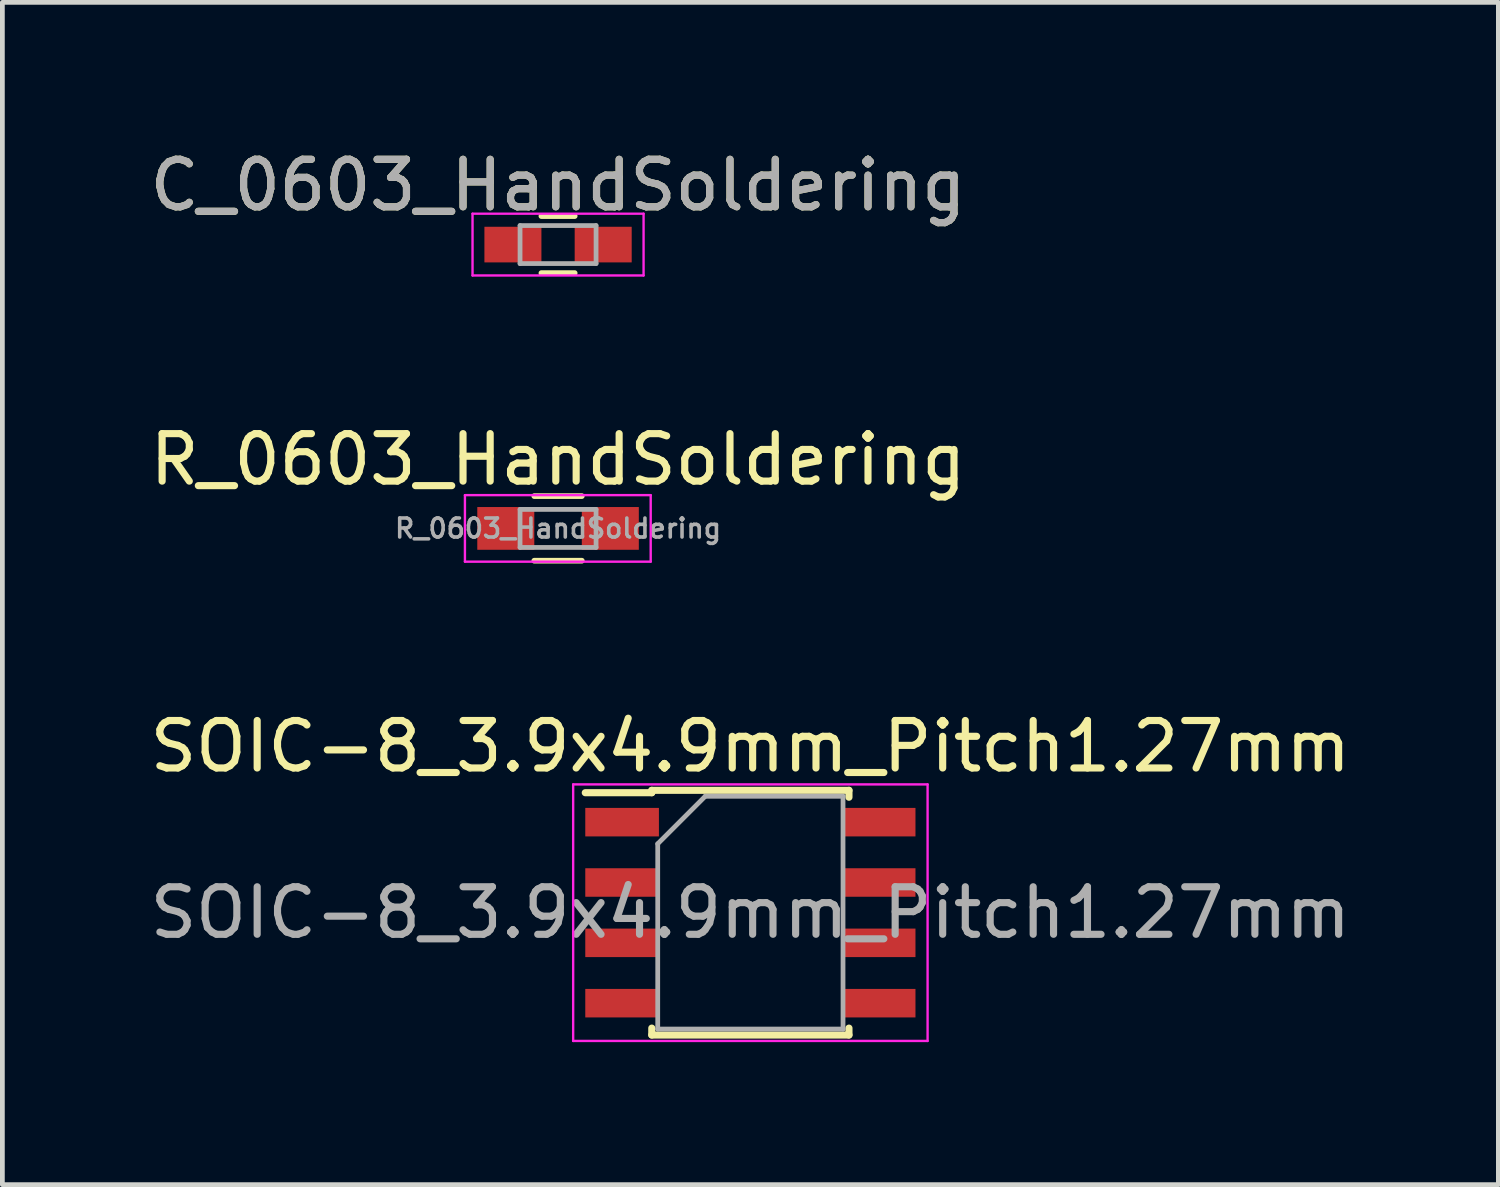
<source format=kicad_pcb>
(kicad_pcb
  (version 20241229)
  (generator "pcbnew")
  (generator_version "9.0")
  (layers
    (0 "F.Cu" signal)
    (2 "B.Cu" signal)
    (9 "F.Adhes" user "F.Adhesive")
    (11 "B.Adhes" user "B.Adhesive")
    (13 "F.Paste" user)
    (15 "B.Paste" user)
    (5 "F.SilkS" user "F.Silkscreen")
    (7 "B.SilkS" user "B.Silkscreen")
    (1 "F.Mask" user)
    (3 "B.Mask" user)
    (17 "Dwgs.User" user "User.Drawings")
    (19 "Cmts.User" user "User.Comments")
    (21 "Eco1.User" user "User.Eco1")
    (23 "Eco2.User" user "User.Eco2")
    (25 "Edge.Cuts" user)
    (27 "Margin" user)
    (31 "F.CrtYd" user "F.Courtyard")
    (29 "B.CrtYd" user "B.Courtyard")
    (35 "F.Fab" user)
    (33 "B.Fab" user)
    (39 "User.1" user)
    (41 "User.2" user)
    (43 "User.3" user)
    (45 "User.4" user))
  (footprint "R_0603_HandSoldering"
    (layer "F.Cu")
    (at 8.696 8.072)
    (property "Reference" "R_0603_HandSoldering" (at 0 -1.45 0) (layer "F.SilkS") (effects (font (size 1 1) (thickness 0.15))))
    (attr smd)
    (fp_line (start -0.5 -0.68) (end 0.5 -0.68) (stroke (width 0.12) (type solid)) (layer "F.SilkS"))
    (fp_line (start 0.5 0.68) (end -0.5 0.68) (stroke (width 0.12) (type solid)) (layer "F.SilkS"))
    (fp_line (start -1.96 -0.7) (end -1.96 0.7) (stroke (width 0.05) (type solid)) (layer "F.CrtYd"))
    (fp_line (start -1.96 -0.7) (end 1.95 -0.7) (stroke (width 0.05) (type solid)) (layer "F.CrtYd"))
    (fp_line (start 1.95 0.7) (end -1.96 0.7) (stroke (width 0.05) (type solid)) (layer "F.CrtYd"))
    (fp_line (start 1.95 0.7) (end 1.95 -0.7) (stroke (width 0.05) (type solid)) (layer "F.CrtYd"))
    (fp_line (start -0.8 -0.4) (end 0.8 -0.4) (stroke (width 0.1) (type solid)) (layer "F.Fab"))
    (fp_line (start -0.8 0.4) (end -0.8 -0.4) (stroke (width 0.1) (type solid)) (layer "F.Fab"))
    (fp_line (start 0.8 -0.4) (end 0.8 0.4) (stroke (width 0.1) (type solid)) (layer "F.Fab"))
    (fp_line (start 0.8 0.4) (end -0.8 0.4) (stroke (width 0.1) (type solid)) (layer "F.Fab"))
    (fp_text user "${REFERENCE}" (at 0 0 0) (layer "F.Fab") (effects (font (size 0.4 0.4) (thickness 0.075))))
    (pad "1" smd rect (at -1.1 0) (size 1.2 0.9) (layers "F.Cu" "F.Mask" "F.Paste"))
    (pad "2" smd rect (at 1.1 0) (size 1.2 0.9) (layers "F.Cu" "F.Mask" "F.Paste")))
  (footprint "C_0603_HandSoldering"
    (layer "F.Cu")
    (at 8.696 2.098)
    (property "Reference" "C_0603_HandSoldering" (at 0 -1.25 0) (layer "F.SilkS") (effects (font (size 1 1) (thickness 0.15))))
    (attr smd)
    (fp_line (start -0.35 -0.6) (end 0.35 -0.6) (stroke (width 0.12) (type solid)) (layer "F.SilkS"))
    (fp_line (start 0.35 0.6) (end -0.35 0.6) (stroke (width 0.12) (type solid)) (layer "F.SilkS"))
    (fp_line (start -1.8 -0.65) (end -1.8 0.65) (stroke (width 0.05) (type solid)) (layer "F.CrtYd"))
    (fp_line (start -1.8 -0.65) (end 1.8 -0.65) (stroke (width 0.05) (type solid)) (layer "F.CrtYd"))
    (fp_line (start 1.8 0.65) (end -1.8 0.65) (stroke (width 0.05) (type solid)) (layer "F.CrtYd"))
    (fp_line (start 1.8 0.65) (end 1.8 -0.65) (stroke (width 0.05) (type solid)) (layer "F.CrtYd"))
    (fp_line (start -0.8 -0.4) (end 0.8 -0.4) (stroke (width 0.1) (type solid)) (layer "F.Fab"))
    (fp_line (start -0.8 0.4) (end -0.8 -0.4) (stroke (width 0.1) (type solid)) (layer "F.Fab"))
    (fp_line (start 0.8 -0.4) (end 0.8 0.4) (stroke (width 0.1) (type solid)) (layer "F.Fab"))
    (fp_line (start 0.8 0.4) (end -0.8 0.4) (stroke (width 0.1) (type solid)) (layer "F.Fab"))
    (fp_text user "${REFERENCE}" (at 0 -1.25 0) (layer "F.Fab") (effects (font (size 1 1) (thickness 0.15))))
    (pad "1" smd rect (at -0.95 0) (size 1.2 0.75) (layers "F.Cu" "F.Mask" "F.Paste"))
    (pad "2" smd rect (at 0.95 0) (size 1.2 0.75) (layers "F.Cu" "F.Mask" "F.Paste")))
  (footprint "SOIC-8_3.9x4.9mm_Pitch1.27mm"
    (layer "F.Cu")
    (at 12.744 16.16)
    (property "Reference" "SOIC-8_3.9x4.9mm_Pitch1.27mm" (at 0 -3.5 0) (layer "F.SilkS") (effects (font (size 1 1) (thickness 0.15))))
    (attr smd)
    (fp_line (start -2.075 -2.575) (end -2.075 -2.525) (stroke (width 0.15) (type solid)) (layer "F.SilkS"))
    (fp_line (start -2.075 -2.575) (end 2.075 -2.575) (stroke (width 0.15) (type solid)) (layer "F.SilkS"))
    (fp_line (start -2.075 -2.525) (end -3.475 -2.525) (stroke (width 0.15) (type solid)) (layer "F.SilkS"))
    (fp_line (start -2.075 2.575) (end -2.075 2.43) (stroke (width 0.15) (type solid)) (layer "F.SilkS"))
    (fp_line (start -2.075 2.575) (end 2.075 2.575) (stroke (width 0.15) (type solid)) (layer "F.SilkS"))
    (fp_line (start 2.075 -2.575) (end 2.075 -2.43) (stroke (width 0.15) (type solid)) (layer "F.SilkS"))
    (fp_line (start 2.075 2.575) (end 2.075 2.43) (stroke (width 0.15) (type solid)) (layer "F.SilkS"))
    (fp_line (start -3.73 -2.7) (end -3.73 2.7) (stroke (width 0.05) (type solid)) (layer "F.CrtYd"))
    (fp_line (start -3.73 -2.7) (end 3.73 -2.7) (stroke (width 0.05) (type solid)) (layer "F.CrtYd"))
    (fp_line (start -3.73 2.7) (end 3.73 2.7) (stroke (width 0.05) (type solid)) (layer "F.CrtYd"))
    (fp_line (start 3.73 -2.7) (end 3.73 2.7) (stroke (width 0.05) (type solid)) (layer "F.CrtYd"))
    (fp_line (start -1.95 -1.45) (end -0.95 -2.45) (stroke (width 0.1) (type solid)) (layer "F.Fab"))
    (fp_line (start -1.95 2.45) (end -1.95 -1.45) (stroke (width 0.1) (type solid)) (layer "F.Fab"))
    (fp_line (start -0.95 -2.45) (end 1.95 -2.45) (stroke (width 0.1) (type solid)) (layer "F.Fab"))
    (fp_line (start 1.95 -2.45) (end 1.95 2.45) (stroke (width 0.1) (type solid)) (layer "F.Fab"))
    (fp_line (start 1.95 2.45) (end -1.95 2.45) (stroke (width 0.1) (type solid)) (layer "F.Fab"))
    (fp_text user "${REFERENCE}" (at 0 0 0) (layer "F.Fab") (effects (font (size 1 1) (thickness 0.15))))
    (pad "1" smd rect (at -2.7 -1.905) (size 1.55 0.6) (layers "F.Cu" "F.Mask" "F.Paste"))
    (pad "2" smd rect (at -2.7 -0.635) (size 1.55 0.6) (layers "F.Cu" "F.Mask" "F.Paste"))
    (pad "3" smd rect (at -2.7 0.635) (size 1.55 0.6) (layers "F.Cu" "F.Mask" "F.Paste"))
    (pad "4" smd rect (at -2.7 1.905) (size 1.55 0.6) (layers "F.Cu" "F.Mask" "F.Paste"))
    (pad "5" smd rect (at 2.7 1.905) (size 1.55 0.6) (layers "F.Cu" "F.Mask" "F.Paste"))
    (pad "6" smd rect (at 2.7 0.635) (size 1.55 0.6) (layers "F.Cu" "F.Mask" "F.Paste"))
    (pad "7" smd rect (at 2.7 -0.635) (size 1.55 0.6) (layers "F.Cu" "F.Mask" "F.Paste"))
    (pad "8" smd rect (at 2.7 -1.905) (size 1.55 0.6) (layers "F.Cu" "F.Mask" "F.Paste")))
  (gr_rect
    (start -3 -3)
    (end 28.488 21.885)
    (stroke (width 0.1) (type default))
    (fill no)
    (layer "Edge.Cuts")))
</source>
